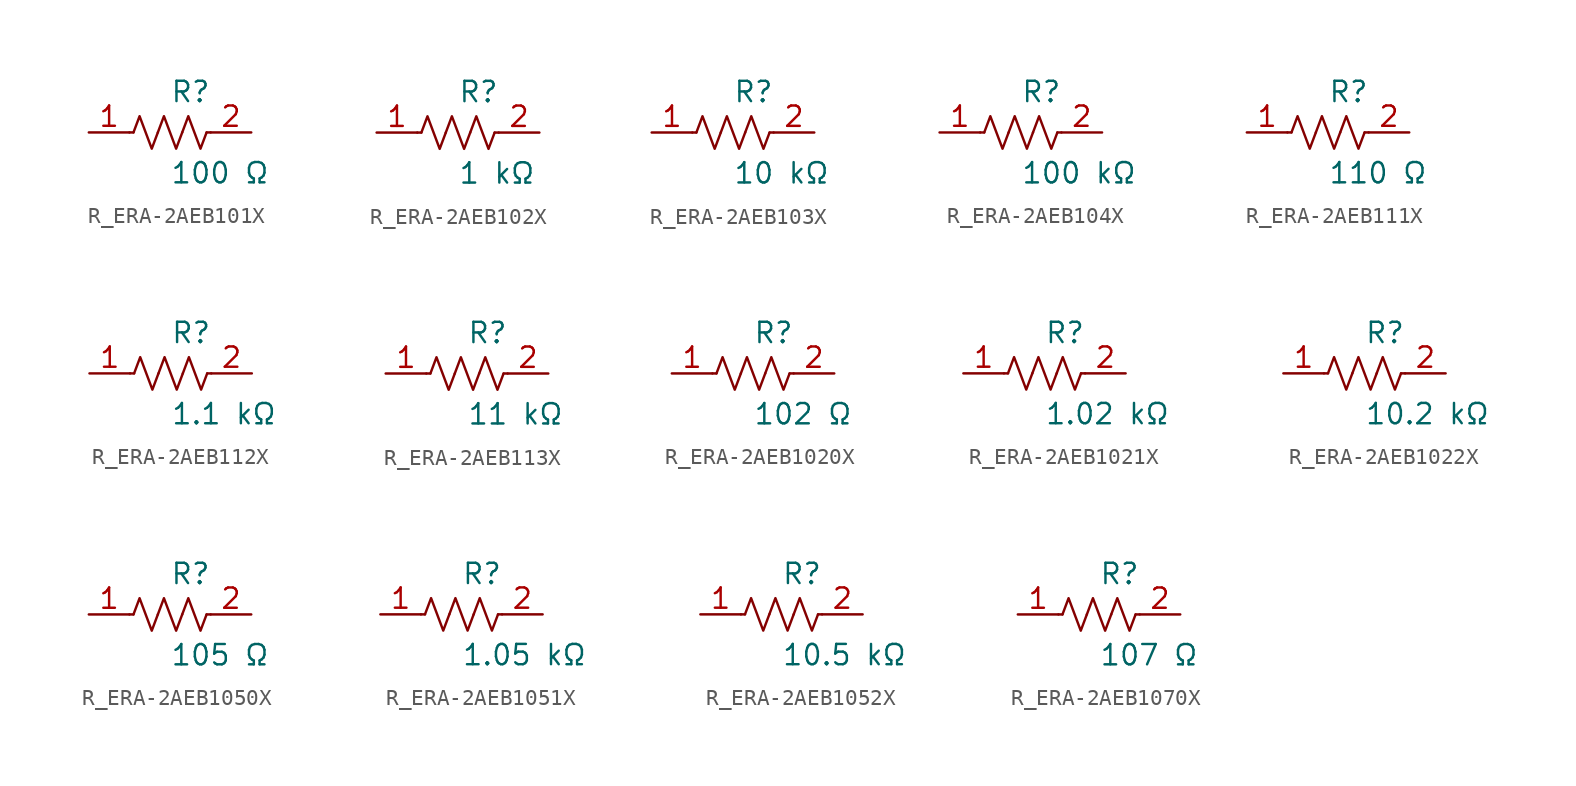
<source format=kicad_sym>
(kicad_symbol_lib
  (version 20231120)
  (generator kicad_symbol_editor)
  (generator_version 8.0)
  (symbol "R_ERA-2AEB101X"
    (pin_names
      (offset 0.254))
    (property "Reference" "R"
      (at 0.0 2.54 0)
      (effects (font (size 1.27 1.27)) (justify left)))
    (property "Value" "100 Ω"
      (at 0.0 -2.54 0)
      (effects (font (size 1.27 1.27)) (justify left)))
    (symbol "R_ERA-2AEB101X_0_1"
      (polyline (pts (xy 2.286 0) (xy 2.54 0)) (stroke (width 0) (type default)) (fill (type none)))
      (polyline (pts (xy -2.286 0) (xy -2.54 0)) (stroke (width 0) (type default)) (fill (type none)))
      (polyline (pts (xy 0.762 0) (xy 1.143 1.016) (xy 1.524 0) (xy 1.905 -1.016) (xy 2.286 0)) (stroke (width 0) (type default)) (fill (type none)))
      (polyline (pts (xy -0.762 0) (xy -0.381 1.016) (xy 0 0) (xy 0.381 -1.016) (xy 0.762 0)) (stroke (width 0) (type default)) (fill (type none)))
      (polyline (pts (xy -2.286 0) (xy -1.905 1.016) (xy -1.524 0) (xy -1.143 -1.016) (xy -0.762 0)) (stroke (width 0) (type default)) (fill (type none))))
    (pin unspecified line
      (at -5.08 0 0)
      (length 2.54)
      (name "" (effects (font (size 1.27 1.27))))
      (number "1" (effects (font (size 1.27 1.27)))))
    (pin unspecified line
      (at 5.08 0 180)
      (length 2.54)
      (name "" (effects (font (size 1.27 1.27))))
      (number "2" (effects (font (size 1.27 1.27))))))
  (symbol "R_ERA-2AEB102X"
    (pin_names
      (offset 0.254))
    (property "Reference" "R"
      (at 0.0 2.54 0)
      (effects (font (size 1.27 1.27)) (justify left)))
    (property "Value" "1 kΩ"
      (at 0.0 -2.54 0)
      (effects (font (size 1.27 1.27)) (justify left)))
    (symbol "R_ERA-2AEB102X_0_1"
      (polyline (pts (xy 2.286 0) (xy 2.54 0)) (stroke (width 0) (type default)) (fill (type none)))
      (polyline (pts (xy -2.286 0) (xy -2.54 0)) (stroke (width 0) (type default)) (fill (type none)))
      (polyline (pts (xy 0.762 0) (xy 1.143 1.016) (xy 1.524 0) (xy 1.905 -1.016) (xy 2.286 0)) (stroke (width 0) (type default)) (fill (type none)))
      (polyline (pts (xy -0.762 0) (xy -0.381 1.016) (xy 0 0) (xy 0.381 -1.016) (xy 0.762 0)) (stroke (width 0) (type default)) (fill (type none)))
      (polyline (pts (xy -2.286 0) (xy -1.905 1.016) (xy -1.524 0) (xy -1.143 -1.016) (xy -0.762 0)) (stroke (width 0) (type default)) (fill (type none))))
    (pin unspecified line
      (at -5.08 0 0)
      (length 2.54)
      (name "" (effects (font (size 1.27 1.27))))
      (number "1" (effects (font (size 1.27 1.27)))))
    (pin unspecified line
      (at 5.08 0 180)
      (length 2.54)
      (name "" (effects (font (size 1.27 1.27))))
      (number "2" (effects (font (size 1.27 1.27))))))
  (symbol "R_ERA-2AEB103X"
    (pin_names
      (offset 0.254))
    (property "Reference" "R"
      (at 0.0 2.54 0)
      (effects (font (size 1.27 1.27)) (justify left)))
    (property "Value" "10 kΩ"
      (at 0.0 -2.54 0)
      (effects (font (size 1.27 1.27)) (justify left)))
    (symbol "R_ERA-2AEB103X_0_1"
      (polyline (pts (xy 2.286 0) (xy 2.54 0)) (stroke (width 0) (type default)) (fill (type none)))
      (polyline (pts (xy -2.286 0) (xy -2.54 0)) (stroke (width 0) (type default)) (fill (type none)))
      (polyline (pts (xy 0.762 0) (xy 1.143 1.016) (xy 1.524 0) (xy 1.905 -1.016) (xy 2.286 0)) (stroke (width 0) (type default)) (fill (type none)))
      (polyline (pts (xy -0.762 0) (xy -0.381 1.016) (xy 0 0) (xy 0.381 -1.016) (xy 0.762 0)) (stroke (width 0) (type default)) (fill (type none)))
      (polyline (pts (xy -2.286 0) (xy -1.905 1.016) (xy -1.524 0) (xy -1.143 -1.016) (xy -0.762 0)) (stroke (width 0) (type default)) (fill (type none))))
    (pin unspecified line
      (at -5.08 0 0)
      (length 2.54)
      (name "" (effects (font (size 1.27 1.27))))
      (number "1" (effects (font (size 1.27 1.27)))))
    (pin unspecified line
      (at 5.08 0 180)
      (length 2.54)
      (name "" (effects (font (size 1.27 1.27))))
      (number "2" (effects (font (size 1.27 1.27))))))
  (symbol "R_ERA-2AEB104X"
    (pin_names
      (offset 0.254))
    (property "Reference" "R"
      (at 0.0 2.54 0)
      (effects (font (size 1.27 1.27)) (justify left)))
    (property "Value" "100 kΩ"
      (at 0.0 -2.54 0)
      (effects (font (size 1.27 1.27)) (justify left)))
    (symbol "R_ERA-2AEB104X_0_1"
      (polyline (pts (xy 2.286 0) (xy 2.54 0)) (stroke (width 0) (type default)) (fill (type none)))
      (polyline (pts (xy -2.286 0) (xy -2.54 0)) (stroke (width 0) (type default)) (fill (type none)))
      (polyline (pts (xy 0.762 0) (xy 1.143 1.016) (xy 1.524 0) (xy 1.905 -1.016) (xy 2.286 0)) (stroke (width 0) (type default)) (fill (type none)))
      (polyline (pts (xy -0.762 0) (xy -0.381 1.016) (xy 0 0) (xy 0.381 -1.016) (xy 0.762 0)) (stroke (width 0) (type default)) (fill (type none)))
      (polyline (pts (xy -2.286 0) (xy -1.905 1.016) (xy -1.524 0) (xy -1.143 -1.016) (xy -0.762 0)) (stroke (width 0) (type default)) (fill (type none))))
    (pin unspecified line
      (at -5.08 0 0)
      (length 2.54)
      (name "" (effects (font (size 1.27 1.27))))
      (number "1" (effects (font (size 1.27 1.27)))))
    (pin unspecified line
      (at 5.08 0 180)
      (length 2.54)
      (name "" (effects (font (size 1.27 1.27))))
      (number "2" (effects (font (size 1.27 1.27))))))
  (symbol "R_ERA-2AEB111X"
    (pin_names
      (offset 0.254))
    (property "Reference" "R"
      (at 0.0 2.54 0)
      (effects (font (size 1.27 1.27)) (justify left)))
    (property "Value" "110 Ω"
      (at 0.0 -2.54 0)
      (effects (font (size 1.27 1.27)) (justify left)))
    (symbol "R_ERA-2AEB111X_0_1"
      (polyline (pts (xy 2.286 0) (xy 2.54 0)) (stroke (width 0) (type default)) (fill (type none)))
      (polyline (pts (xy -2.286 0) (xy -2.54 0)) (stroke (width 0) (type default)) (fill (type none)))
      (polyline (pts (xy 0.762 0) (xy 1.143 1.016) (xy 1.524 0) (xy 1.905 -1.016) (xy 2.286 0)) (stroke (width 0) (type default)) (fill (type none)))
      (polyline (pts (xy -0.762 0) (xy -0.381 1.016) (xy 0 0) (xy 0.381 -1.016) (xy 0.762 0)) (stroke (width 0) (type default)) (fill (type none)))
      (polyline (pts (xy -2.286 0) (xy -1.905 1.016) (xy -1.524 0) (xy -1.143 -1.016) (xy -0.762 0)) (stroke (width 0) (type default)) (fill (type none))))
    (pin unspecified line
      (at -5.08 0 0)
      (length 2.54)
      (name "" (effects (font (size 1.27 1.27))))
      (number "1" (effects (font (size 1.27 1.27)))))
    (pin unspecified line
      (at 5.08 0 180)
      (length 2.54)
      (name "" (effects (font (size 1.27 1.27))))
      (number "2" (effects (font (size 1.27 1.27))))))
  (symbol "R_ERA-2AEB112X"
    (pin_names
      (offset 0.254))
    (property "Reference" "R"
      (at 0.0 2.54 0)
      (effects (font (size 1.27 1.27)) (justify left)))
    (property "Value" "1.1 kΩ"
      (at 0.0 -2.54 0)
      (effects (font (size 1.27 1.27)) (justify left)))
    (symbol "R_ERA-2AEB112X_0_1"
      (polyline (pts (xy 2.286 0) (xy 2.54 0)) (stroke (width 0) (type default)) (fill (type none)))
      (polyline (pts (xy -2.286 0) (xy -2.54 0)) (stroke (width 0) (type default)) (fill (type none)))
      (polyline (pts (xy 0.762 0) (xy 1.143 1.016) (xy 1.524 0) (xy 1.905 -1.016) (xy 2.286 0)) (stroke (width 0) (type default)) (fill (type none)))
      (polyline (pts (xy -0.762 0) (xy -0.381 1.016) (xy 0 0) (xy 0.381 -1.016) (xy 0.762 0)) (stroke (width 0) (type default)) (fill (type none)))
      (polyline (pts (xy -2.286 0) (xy -1.905 1.016) (xy -1.524 0) (xy -1.143 -1.016) (xy -0.762 0)) (stroke (width 0) (type default)) (fill (type none))))
    (pin unspecified line
      (at -5.08 0 0)
      (length 2.54)
      (name "" (effects (font (size 1.27 1.27))))
      (number "1" (effects (font (size 1.27 1.27)))))
    (pin unspecified line
      (at 5.08 0 180)
      (length 2.54)
      (name "" (effects (font (size 1.27 1.27))))
      (number "2" (effects (font (size 1.27 1.27))))))
  (symbol "R_ERA-2AEB113X"
    (pin_names
      (offset 0.254))
    (property "Reference" "R"
      (at 0.0 2.54 0)
      (effects (font (size 1.27 1.27)) (justify left)))
    (property "Value" "11 kΩ"
      (at 0.0 -2.54 0)
      (effects (font (size 1.27 1.27)) (justify left)))
    (symbol "R_ERA-2AEB113X_0_1"
      (polyline (pts (xy 2.286 0) (xy 2.54 0)) (stroke (width 0) (type default)) (fill (type none)))
      (polyline (pts (xy -2.286 0) (xy -2.54 0)) (stroke (width 0) (type default)) (fill (type none)))
      (polyline (pts (xy 0.762 0) (xy 1.143 1.016) (xy 1.524 0) (xy 1.905 -1.016) (xy 2.286 0)) (stroke (width 0) (type default)) (fill (type none)))
      (polyline (pts (xy -0.762 0) (xy -0.381 1.016) (xy 0 0) (xy 0.381 -1.016) (xy 0.762 0)) (stroke (width 0) (type default)) (fill (type none)))
      (polyline (pts (xy -2.286 0) (xy -1.905 1.016) (xy -1.524 0) (xy -1.143 -1.016) (xy -0.762 0)) (stroke (width 0) (type default)) (fill (type none))))
    (pin unspecified line
      (at -5.08 0 0)
      (length 2.54)
      (name "" (effects (font (size 1.27 1.27))))
      (number "1" (effects (font (size 1.27 1.27)))))
    (pin unspecified line
      (at 5.08 0 180)
      (length 2.54)
      (name "" (effects (font (size 1.27 1.27))))
      (number "2" (effects (font (size 1.27 1.27))))))
  (symbol "R_ERA-2AEB1020X"
    (pin_names
      (offset 0.254))
    (property "Reference" "R"
      (at 0.0 2.54 0)
      (effects (font (size 1.27 1.27)) (justify left)))
    (property "Value" "102 Ω"
      (at 0.0 -2.54 0)
      (effects (font (size 1.27 1.27)) (justify left)))
    (symbol "R_ERA-2AEB1020X_0_1"
      (polyline (pts (xy 2.286 0) (xy 2.54 0)) (stroke (width 0) (type default)) (fill (type none)))
      (polyline (pts (xy -2.286 0) (xy -2.54 0)) (stroke (width 0) (type default)) (fill (type none)))
      (polyline (pts (xy 0.762 0) (xy 1.143 1.016) (xy 1.524 0) (xy 1.905 -1.016) (xy 2.286 0)) (stroke (width 0) (type default)) (fill (type none)))
      (polyline (pts (xy -0.762 0) (xy -0.381 1.016) (xy 0 0) (xy 0.381 -1.016) (xy 0.762 0)) (stroke (width 0) (type default)) (fill (type none)))
      (polyline (pts (xy -2.286 0) (xy -1.905 1.016) (xy -1.524 0) (xy -1.143 -1.016) (xy -0.762 0)) (stroke (width 0) (type default)) (fill (type none))))
    (pin unspecified line
      (at -5.08 0 0)
      (length 2.54)
      (name "" (effects (font (size 1.27 1.27))))
      (number "1" (effects (font (size 1.27 1.27)))))
    (pin unspecified line
      (at 5.08 0 180)
      (length 2.54)
      (name "" (effects (font (size 1.27 1.27))))
      (number "2" (effects (font (size 1.27 1.27))))))
  (symbol "R_ERA-2AEB1021X"
    (pin_names
      (offset 0.254))
    (property "Reference" "R"
      (at 0.0 2.54 0)
      (effects (font (size 1.27 1.27)) (justify left)))
    (property "Value" "1.02 kΩ"
      (at 0.0 -2.54 0)
      (effects (font (size 1.27 1.27)) (justify left)))
    (symbol "R_ERA-2AEB1021X_0_1"
      (polyline (pts (xy 2.286 0) (xy 2.54 0)) (stroke (width 0) (type default)) (fill (type none)))
      (polyline (pts (xy -2.286 0) (xy -2.54 0)) (stroke (width 0) (type default)) (fill (type none)))
      (polyline (pts (xy 0.762 0) (xy 1.143 1.016) (xy 1.524 0) (xy 1.905 -1.016) (xy 2.286 0)) (stroke (width 0) (type default)) (fill (type none)))
      (polyline (pts (xy -0.762 0) (xy -0.381 1.016) (xy 0 0) (xy 0.381 -1.016) (xy 0.762 0)) (stroke (width 0) (type default)) (fill (type none)))
      (polyline (pts (xy -2.286 0) (xy -1.905 1.016) (xy -1.524 0) (xy -1.143 -1.016) (xy -0.762 0)) (stroke (width 0) (type default)) (fill (type none))))
    (pin unspecified line
      (at -5.08 0 0)
      (length 2.54)
      (name "" (effects (font (size 1.27 1.27))))
      (number "1" (effects (font (size 1.27 1.27)))))
    (pin unspecified line
      (at 5.08 0 180)
      (length 2.54)
      (name "" (effects (font (size 1.27 1.27))))
      (number "2" (effects (font (size 1.27 1.27))))))
  (symbol "R_ERA-2AEB1022X"
    (pin_names
      (offset 0.254))
    (property "Reference" "R"
      (at 0.0 2.54 0)
      (effects (font (size 1.27 1.27)) (justify left)))
    (property "Value" "10.2 kΩ"
      (at 0.0 -2.54 0)
      (effects (font (size 1.27 1.27)) (justify left)))
    (symbol "R_ERA-2AEB1022X_0_1"
      (polyline (pts (xy 2.286 0) (xy 2.54 0)) (stroke (width 0) (type default)) (fill (type none)))
      (polyline (pts (xy -2.286 0) (xy -2.54 0)) (stroke (width 0) (type default)) (fill (type none)))
      (polyline (pts (xy 0.762 0) (xy 1.143 1.016) (xy 1.524 0) (xy 1.905 -1.016) (xy 2.286 0)) (stroke (width 0) (type default)) (fill (type none)))
      (polyline (pts (xy -0.762 0) (xy -0.381 1.016) (xy 0 0) (xy 0.381 -1.016) (xy 0.762 0)) (stroke (width 0) (type default)) (fill (type none)))
      (polyline (pts (xy -2.286 0) (xy -1.905 1.016) (xy -1.524 0) (xy -1.143 -1.016) (xy -0.762 0)) (stroke (width 0) (type default)) (fill (type none))))
    (pin unspecified line
      (at -5.08 0 0)
      (length 2.54)
      (name "" (effects (font (size 1.27 1.27))))
      (number "1" (effects (font (size 1.27 1.27)))))
    (pin unspecified line
      (at 5.08 0 180)
      (length 2.54)
      (name "" (effects (font (size 1.27 1.27))))
      (number "2" (effects (font (size 1.27 1.27))))))
  (symbol "R_ERA-2AEB1050X"
    (pin_names
      (offset 0.254))
    (property "Reference" "R"
      (at 0.0 2.54 0)
      (effects (font (size 1.27 1.27)) (justify left)))
    (property "Value" "105 Ω"
      (at 0.0 -2.54 0)
      (effects (font (size 1.27 1.27)) (justify left)))
    (symbol "R_ERA-2AEB1050X_0_1"
      (polyline (pts (xy 2.286 0) (xy 2.54 0)) (stroke (width 0) (type default)) (fill (type none)))
      (polyline (pts (xy -2.286 0) (xy -2.54 0)) (stroke (width 0) (type default)) (fill (type none)))
      (polyline (pts (xy 0.762 0) (xy 1.143 1.016) (xy 1.524 0) (xy 1.905 -1.016) (xy 2.286 0)) (stroke (width 0) (type default)) (fill (type none)))
      (polyline (pts (xy -0.762 0) (xy -0.381 1.016) (xy 0 0) (xy 0.381 -1.016) (xy 0.762 0)) (stroke (width 0) (type default)) (fill (type none)))
      (polyline (pts (xy -2.286 0) (xy -1.905 1.016) (xy -1.524 0) (xy -1.143 -1.016) (xy -0.762 0)) (stroke (width 0) (type default)) (fill (type none))))
    (pin unspecified line
      (at -5.08 0 0)
      (length 2.54)
      (name "" (effects (font (size 1.27 1.27))))
      (number "1" (effects (font (size 1.27 1.27)))))
    (pin unspecified line
      (at 5.08 0 180)
      (length 2.54)
      (name "" (effects (font (size 1.27 1.27))))
      (number "2" (effects (font (size 1.27 1.27))))))
  (symbol "R_ERA-2AEB1051X"
    (pin_names
      (offset 0.254))
    (property "Reference" "R"
      (at 0.0 2.54 0)
      (effects (font (size 1.27 1.27)) (justify left)))
    (property "Value" "1.05 kΩ"
      (at 0.0 -2.54 0)
      (effects (font (size 1.27 1.27)) (justify left)))
    (symbol "R_ERA-2AEB1051X_0_1"
      (polyline (pts (xy 2.286 0) (xy 2.54 0)) (stroke (width 0) (type default)) (fill (type none)))
      (polyline (pts (xy -2.286 0) (xy -2.54 0)) (stroke (width 0) (type default)) (fill (type none)))
      (polyline (pts (xy 0.762 0) (xy 1.143 1.016) (xy 1.524 0) (xy 1.905 -1.016) (xy 2.286 0)) (stroke (width 0) (type default)) (fill (type none)))
      (polyline (pts (xy -0.762 0) (xy -0.381 1.016) (xy 0 0) (xy 0.381 -1.016) (xy 0.762 0)) (stroke (width 0) (type default)) (fill (type none)))
      (polyline (pts (xy -2.286 0) (xy -1.905 1.016) (xy -1.524 0) (xy -1.143 -1.016) (xy -0.762 0)) (stroke (width 0) (type default)) (fill (type none))))
    (pin unspecified line
      (at -5.08 0 0)
      (length 2.54)
      (name "" (effects (font (size 1.27 1.27))))
      (number "1" (effects (font (size 1.27 1.27)))))
    (pin unspecified line
      (at 5.08 0 180)
      (length 2.54)
      (name "" (effects (font (size 1.27 1.27))))
      (number "2" (effects (font (size 1.27 1.27))))))
  (symbol "R_ERA-2AEB1052X"
    (pin_names
      (offset 0.254))
    (property "Reference" "R"
      (at 0.0 2.54 0)
      (effects (font (size 1.27 1.27)) (justify left)))
    (property "Value" "10.5 kΩ"
      (at 0.0 -2.54 0)
      (effects (font (size 1.27 1.27)) (justify left)))
    (symbol "R_ERA-2AEB1052X_0_1"
      (polyline (pts (xy 2.286 0) (xy 2.54 0)) (stroke (width 0) (type default)) (fill (type none)))
      (polyline (pts (xy -2.286 0) (xy -2.54 0)) (stroke (width 0) (type default)) (fill (type none)))
      (polyline (pts (xy 0.762 0) (xy 1.143 1.016) (xy 1.524 0) (xy 1.905 -1.016) (xy 2.286 0)) (stroke (width 0) (type default)) (fill (type none)))
      (polyline (pts (xy -0.762 0) (xy -0.381 1.016) (xy 0 0) (xy 0.381 -1.016) (xy 0.762 0)) (stroke (width 0) (type default)) (fill (type none)))
      (polyline (pts (xy -2.286 0) (xy -1.905 1.016) (xy -1.524 0) (xy -1.143 -1.016) (xy -0.762 0)) (stroke (width 0) (type default)) (fill (type none))))
    (pin unspecified line
      (at -5.08 0 0)
      (length 2.54)
      (name "" (effects (font (size 1.27 1.27))))
      (number "1" (effects (font (size 1.27 1.27)))))
    (pin unspecified line
      (at 5.08 0 180)
      (length 2.54)
      (name "" (effects (font (size 1.27 1.27))))
      (number "2" (effects (font (size 1.27 1.27))))))
  (symbol "R_ERA-2AEB1070X"
    (pin_names
      (offset 0.254))
    (property "Reference" "R"
      (at 0.0 2.54 0)
      (effects (font (size 1.27 1.27)) (justify left)))
    (property "Value" "107 Ω"
      (at 0.0 -2.54 0)
      (effects (font (size 1.27 1.27)) (justify left)))
    (symbol "R_ERA-2AEB1070X_0_1"
      (polyline (pts (xy 2.286 0) (xy 2.54 0)) (stroke (width 0) (type default)) (fill (type none)))
      (polyline (pts (xy -2.286 0) (xy -2.54 0)) (stroke (width 0) (type default)) (fill (type none)))
      (polyline (pts (xy 0.762 0) (xy 1.143 1.016) (xy 1.524 0) (xy 1.905 -1.016) (xy 2.286 0)) (stroke (width 0) (type default)) (fill (type none)))
      (polyline (pts (xy -0.762 0) (xy -0.381 1.016) (xy 0 0) (xy 0.381 -1.016) (xy 0.762 0)) (stroke (width 0) (type default)) (fill (type none)))
      (polyline (pts (xy -2.286 0) (xy -1.905 1.016) (xy -1.524 0) (xy -1.143 -1.016) (xy -0.762 0)) (stroke (width 0) (type default)) (fill (type none))))
    (pin unspecified line
      (at -5.08 0 0)
      (length 2.54)
      (name "" (effects (font (size 1.27 1.27))))
      (number "1" (effects (font (size 1.27 1.27)))))
    (pin unspecified line
      (at 5.08 0 180)
      (length 2.54)
      (name "" (effects (font (size 1.27 1.27))))
      (number "2" (effects (font (size 1.27 1.27)))))))
</source>
